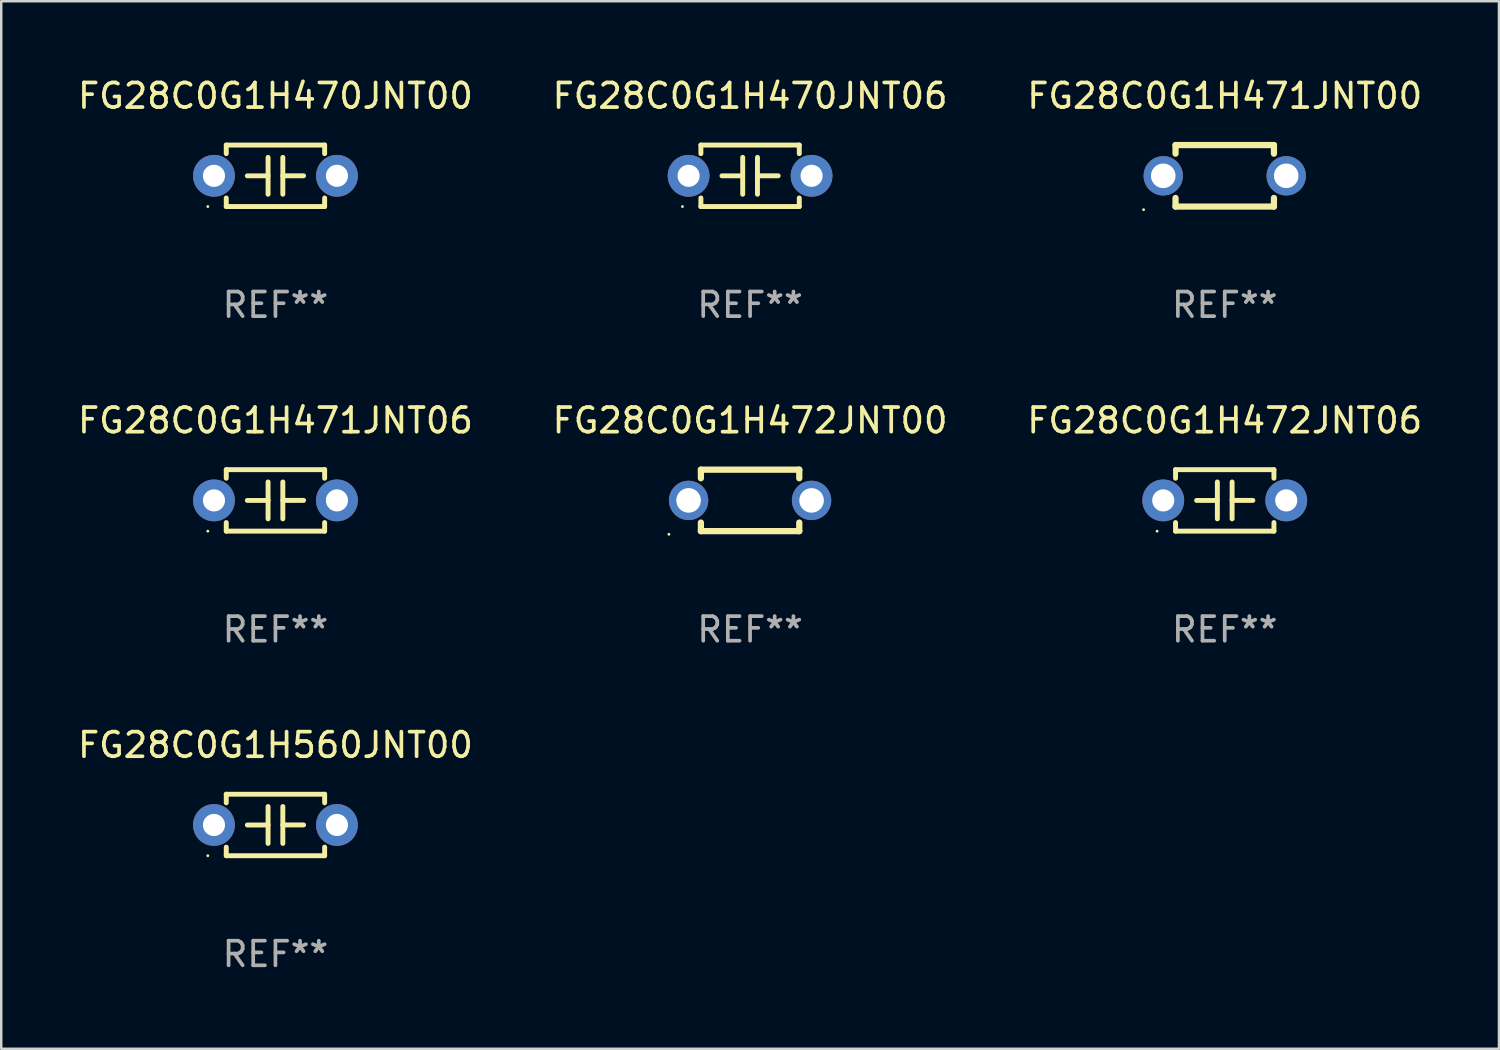
<source format=kicad_pcb>
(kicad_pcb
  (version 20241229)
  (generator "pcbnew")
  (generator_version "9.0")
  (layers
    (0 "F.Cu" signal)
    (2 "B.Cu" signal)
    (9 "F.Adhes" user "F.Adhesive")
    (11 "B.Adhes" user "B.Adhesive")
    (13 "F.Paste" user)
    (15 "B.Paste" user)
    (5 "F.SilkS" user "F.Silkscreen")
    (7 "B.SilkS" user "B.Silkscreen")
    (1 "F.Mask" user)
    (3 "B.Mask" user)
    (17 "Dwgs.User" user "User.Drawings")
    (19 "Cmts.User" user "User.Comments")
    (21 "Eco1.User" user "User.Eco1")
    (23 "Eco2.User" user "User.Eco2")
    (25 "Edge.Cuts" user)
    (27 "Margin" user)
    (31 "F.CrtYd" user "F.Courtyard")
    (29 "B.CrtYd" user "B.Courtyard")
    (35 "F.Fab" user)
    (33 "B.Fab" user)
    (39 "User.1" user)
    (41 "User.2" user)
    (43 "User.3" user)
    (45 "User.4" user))
  (footprint "FG28C0G1H560JNT00"
    (layer "F.Cu")
    (at 8.149 30.491)
    (property "Reference" "FG28C0G1H560JNT00" (at 0 -3.25 0) (layer "F.SilkS") (effects (font (size 1 1) (thickness 0.15))))
    (attr through_hole)
    (fp_line (start -2 -1.25) (end -2 -0.901) (stroke (width 0.2) (type solid)) (layer "F.SilkS"))
    (fp_line (start -2 -1.25) (end 2 -1.25) (stroke (width 0.2) (type solid)) (layer "F.SilkS"))
    (fp_line (start -2 0.901) (end -2 1.25) (stroke (width 0.2) (type solid)) (layer "F.SilkS"))
    (fp_line (start -0.3 -0.75) (end -0.3 0.75) (stroke (width 0.2) (type solid)) (layer "F.SilkS"))
    (fp_line (start -0.3 0.001) (end -1.143 0.001) (stroke (width 0.2) (type solid)) (layer "F.SilkS"))
    (fp_line (start 0.3 -0.001) (end 1.143 -0.001) (stroke (width 0.2) (type solid)) (layer "F.SilkS"))
    (fp_line (start 0.3 0.75) (end 0.3 -0.75) (stroke (width 0.2) (type solid)) (layer "F.SilkS"))
    (fp_line (start 2 -1.25) (end 2 -0.901) (stroke (width 0.2) (type solid)) (layer "F.SilkS"))
    (fp_line (start 2 0.901) (end 2 1.25) (stroke (width 0.2) (type solid)) (layer "F.SilkS"))
    (fp_line (start 2 1.25) (end -2 1.25) (stroke (width 0.2) (type solid)) (layer "F.SilkS"))
    (fp_circle (center -2.75 1.25) (end -2.72 1.25) (stroke (width 0.06) (type solid)) (fill no) (layer "F.SilkS"))
    (fp_text user "REF**" (at 0 5.25 0) (layer "F.Fab") (effects (font (size 1 1) (thickness 0.15))))
    (pad "1" thru_hole circle (at -2.5 0) (size 1.7 1.7) (drill 0.9) (layers "*.Cu" "*.Mask"))
    (pad "2" thru_hole circle (at 2.5 0) (size 1.7 1.7) (drill 0.9) (layers "*.Cu" "*.Mask")))
  (footprint "FG28C0G1H471JNT00"
    (layer "F.Cu")
    (at 46.744 4.098)
    (property "Reference" "FG28C0G1H471JNT00" (at 0 -3.25 0) (layer "F.SilkS") (effects (font (size 1 1) (thickness 0.15))))
    (attr through_hole)
    (fp_line (start -2 -1.25) (end -2 -0.901) (stroke (width 0.254) (type solid)) (layer "F.SilkS"))
    (fp_line (start -2 -1.25) (end 2 -1.25) (stroke (width 0.254) (type solid)) (layer "F.SilkS"))
    (fp_line (start -2 0.901) (end -2 1.25) (stroke (width 0.254) (type solid)) (layer "F.SilkS"))
    (fp_line (start 2 -1.25) (end 2 -0.901) (stroke (width 0.254) (type solid)) (layer "F.SilkS"))
    (fp_line (start 2 0.901) (end 2 1.25) (stroke (width 0.254) (type solid)) (layer "F.SilkS"))
    (fp_line (start 2 1.25) (end -2 1.25) (stroke (width 0.254) (type solid)) (layer "F.SilkS"))
    (fp_circle (center -3.3 1.377) (end -3.27 1.377) (stroke (width 0.06) (type solid)) (fill no) (layer "F.SilkS"))
    (fp_text user "REF**" (at 0 5.25 0) (layer "F.Fab") (effects (font (size 1 1) (thickness 0.15))))
    (pad "1" thru_hole circle (at -2.5 0) (size 1.6 1.6) (drill 1) (layers "*.Cu" "*.Mask"))
    (pad "2" thru_hole circle (at 2.5 0) (size 1.6 1.6) (drill 1) (layers "*.Cu" "*.Mask")))
  (footprint "FG28C0G1H470JNT00"
    (layer "F.Cu")
    (at 8.149 4.098)
    (property "Reference" "FG28C0G1H470JNT00" (at 0 -3.25 0) (layer "F.SilkS") (effects (font (size 1 1) (thickness 0.15))))
    (attr through_hole)
    (fp_line (start -2 -1.25) (end -2 -0.901) (stroke (width 0.2) (type solid)) (layer "F.SilkS"))
    (fp_line (start -2 -1.25) (end 2 -1.25) (stroke (width 0.2) (type solid)) (layer "F.SilkS"))
    (fp_line (start -2 0.901) (end -2 1.25) (stroke (width 0.2) (type solid)) (layer "F.SilkS"))
    (fp_line (start -0.3 -0.75) (end -0.3 0.75) (stroke (width 0.2) (type solid)) (layer "F.SilkS"))
    (fp_line (start -0.3 0.001) (end -1.143 0.001) (stroke (width 0.2) (type solid)) (layer "F.SilkS"))
    (fp_line (start 0.3 -0.001) (end 1.143 -0.001) (stroke (width 0.2) (type solid)) (layer "F.SilkS"))
    (fp_line (start 0.3 0.75) (end 0.3 -0.75) (stroke (width 0.2) (type solid)) (layer "F.SilkS"))
    (fp_line (start 2 -1.25) (end 2 -0.901) (stroke (width 0.2) (type solid)) (layer "F.SilkS"))
    (fp_line (start 2 0.901) (end 2 1.25) (stroke (width 0.2) (type solid)) (layer "F.SilkS"))
    (fp_line (start 2 1.25) (end -2 1.25) (stroke (width 0.2) (type solid)) (layer "F.SilkS"))
    (fp_circle (center -2.75 1.25) (end -2.72 1.25) (stroke (width 0.06) (type solid)) (fill no) (layer "F.SilkS"))
    (fp_text user "REF**" (at 0 5.25 0) (layer "F.Fab") (effects (font (size 1 1) (thickness 0.15))))
    (pad "1" thru_hole circle (at -2.5 0) (size 1.7 1.7) (drill 0.9) (layers "*.Cu" "*.Mask"))
    (pad "2" thru_hole circle (at 2.5 0) (size 1.7 1.7) (drill 0.9) (layers "*.Cu" "*.Mask")))
  (footprint "FG28C0G1H470JNT06"
    (layer "F.Cu")
    (at 27.446 4.098)
    (property "Reference" "FG28C0G1H470JNT06" (at 0 -3.25 0) (layer "F.SilkS") (effects (font (size 1 1) (thickness 0.15))))
    (attr through_hole)
    (fp_line (start -2 -1.25) (end -2 -0.901) (stroke (width 0.2) (type solid)) (layer "F.SilkS"))
    (fp_line (start -2 -1.25) (end 2 -1.25) (stroke (width 0.2) (type solid)) (layer "F.SilkS"))
    (fp_line (start -2 0.901) (end -2 1.25) (stroke (width 0.2) (type solid)) (layer "F.SilkS"))
    (fp_line (start -0.3 -0.75) (end -0.3 0.75) (stroke (width 0.2) (type solid)) (layer "F.SilkS"))
    (fp_line (start -0.3 0.001) (end -1.143 0.001) (stroke (width 0.2) (type solid)) (layer "F.SilkS"))
    (fp_line (start 0.3 -0.001) (end 1.143 -0.001) (stroke (width 0.2) (type solid)) (layer "F.SilkS"))
    (fp_line (start 0.3 0.75) (end 0.3 -0.75) (stroke (width 0.2) (type solid)) (layer "F.SilkS"))
    (fp_line (start 2 -1.25) (end 2 -0.901) (stroke (width 0.2) (type solid)) (layer "F.SilkS"))
    (fp_line (start 2 0.901) (end 2 1.25) (stroke (width 0.2) (type solid)) (layer "F.SilkS"))
    (fp_line (start 2 1.25) (end -2 1.25) (stroke (width 0.2) (type solid)) (layer "F.SilkS"))
    (fp_circle (center -2.75 1.25) (end -2.72 1.25) (stroke (width 0.06) (type solid)) (fill no) (layer "F.SilkS"))
    (fp_text user "REF**" (at 0 5.25 0) (layer "F.Fab") (effects (font (size 1 1) (thickness 0.15))))
    (pad "1" thru_hole circle (at -2.5 0) (size 1.7 1.7) (drill 0.9) (layers "*.Cu" "*.Mask"))
    (pad "2" thru_hole circle (at 2.5 0) (size 1.7 1.7) (drill 0.9) (layers "*.Cu" "*.Mask")))
  (footprint "FG28C0G1H472JNT00"
    (layer "F.Cu")
    (at 27.446 17.295)
    (property "Reference" "FG28C0G1H472JNT00" (at 0 -3.25 0) (layer "F.SilkS") (effects (font (size 1 1) (thickness 0.15))))
    (attr through_hole)
    (fp_line (start -2 -1.25) (end -2 -0.901) (stroke (width 0.254) (type solid)) (layer "F.SilkS"))
    (fp_line (start -2 -1.25) (end 2 -1.25) (stroke (width 0.254) (type solid)) (layer "F.SilkS"))
    (fp_line (start -2 0.901) (end -2 1.25) (stroke (width 0.254) (type solid)) (layer "F.SilkS"))
    (fp_line (start 2 -1.25) (end 2 -0.901) (stroke (width 0.254) (type solid)) (layer "F.SilkS"))
    (fp_line (start 2 0.901) (end 2 1.25) (stroke (width 0.254) (type solid)) (layer "F.SilkS"))
    (fp_line (start 2 1.25) (end -2 1.25) (stroke (width 0.254) (type solid)) (layer "F.SilkS"))
    (fp_circle (center -3.3 1.377) (end -3.27 1.377) (stroke (width 0.06) (type solid)) (fill no) (layer "F.SilkS"))
    (fp_text user "REF**" (at 0 5.25 0) (layer "F.Fab") (effects (font (size 1 1) (thickness 0.15))))
    (pad "1" thru_hole circle (at -2.5 0) (size 1.6 1.6) (drill 1) (layers "*.Cu" "*.Mask"))
    (pad "2" thru_hole circle (at 2.5 0) (size 1.6 1.6) (drill 1) (layers "*.Cu" "*.Mask")))
  (footprint "FG28C0G1H472JNT06"
    (layer "F.Cu")
    (at 46.744 17.295)
    (property "Reference" "FG28C0G1H472JNT06" (at 0 -3.25 0) (layer "F.SilkS") (effects (font (size 1 1) (thickness 0.15))))
    (attr through_hole)
    (fp_line (start -2 -1.25) (end -2 -0.901) (stroke (width 0.2) (type solid)) (layer "F.SilkS"))
    (fp_line (start -2 -1.25) (end 2 -1.25) (stroke (width 0.2) (type solid)) (layer "F.SilkS"))
    (fp_line (start -2 0.901) (end -2 1.25) (stroke (width 0.2) (type solid)) (layer "F.SilkS"))
    (fp_line (start -0.3 -0.75) (end -0.3 0.75) (stroke (width 0.2) (type solid)) (layer "F.SilkS"))
    (fp_line (start -0.3 0.001) (end -1.143 0.001) (stroke (width 0.2) (type solid)) (layer "F.SilkS"))
    (fp_line (start 0.3 -0.001) (end 1.143 -0.001) (stroke (width 0.2) (type solid)) (layer "F.SilkS"))
    (fp_line (start 0.3 0.75) (end 0.3 -0.75) (stroke (width 0.2) (type solid)) (layer "F.SilkS"))
    (fp_line (start 2 -1.25) (end 2 -0.901) (stroke (width 0.2) (type solid)) (layer "F.SilkS"))
    (fp_line (start 2 0.901) (end 2 1.25) (stroke (width 0.2) (type solid)) (layer "F.SilkS"))
    (fp_line (start 2 1.25) (end -2 1.25) (stroke (width 0.2) (type solid)) (layer "F.SilkS"))
    (fp_circle (center -2.75 1.25) (end -2.72 1.25) (stroke (width 0.06) (type solid)) (fill no) (layer "F.SilkS"))
    (fp_text user "REF**" (at 0 5.25 0) (layer "F.Fab") (effects (font (size 1 1) (thickness 0.15))))
    (pad "1" thru_hole circle (at -2.5 0) (size 1.7 1.7) (drill 0.9) (layers "*.Cu" "*.Mask"))
    (pad "2" thru_hole circle (at 2.5 0) (size 1.7 1.7) (drill 0.9) (layers "*.Cu" "*.Mask")))
  (footprint "FG28C0G1H471JNT06"
    (layer "F.Cu")
    (at 8.149 17.295)
    (property "Reference" "FG28C0G1H471JNT06" (at 0 -3.25 0) (layer "F.SilkS") (effects (font (size 1 1) (thickness 0.15))))
    (attr through_hole)
    (fp_line (start -2 -1.25) (end -2 -0.901) (stroke (width 0.2) (type solid)) (layer "F.SilkS"))
    (fp_line (start -2 -1.25) (end 2 -1.25) (stroke (width 0.2) (type solid)) (layer "F.SilkS"))
    (fp_line (start -2 0.901) (end -2 1.25) (stroke (width 0.2) (type solid)) (layer "F.SilkS"))
    (fp_line (start -0.3 -0.75) (end -0.3 0.75) (stroke (width 0.2) (type solid)) (layer "F.SilkS"))
    (fp_line (start -0.3 0.001) (end -1.143 0.001) (stroke (width 0.2) (type solid)) (layer "F.SilkS"))
    (fp_line (start 0.3 -0.001) (end 1.143 -0.001) (stroke (width 0.2) (type solid)) (layer "F.SilkS"))
    (fp_line (start 0.3 0.75) (end 0.3 -0.75) (stroke (width 0.2) (type solid)) (layer "F.SilkS"))
    (fp_line (start 2 -1.25) (end 2 -0.901) (stroke (width 0.2) (type solid)) (layer "F.SilkS"))
    (fp_line (start 2 0.901) (end 2 1.25) (stroke (width 0.2) (type solid)) (layer "F.SilkS"))
    (fp_line (start 2 1.25) (end -2 1.25) (stroke (width 0.2) (type solid)) (layer "F.SilkS"))
    (fp_circle (center -2.75 1.25) (end -2.72 1.25) (stroke (width 0.06) (type solid)) (fill no) (layer "F.SilkS"))
    (fp_text user "REF**" (at 0 5.25 0) (layer "F.Fab") (effects (font (size 1 1) (thickness 0.15))))
    (pad "1" thru_hole circle (at -2.5 0) (size 1.7 1.7) (drill 0.9) (layers "*.Cu" "*.Mask"))
    (pad "2" thru_hole circle (at 2.5 0) (size 1.7 1.7) (drill 0.9) (layers "*.Cu" "*.Mask")))
  (gr_rect
    (start -3 -3)
    (end 57.893 39.59)
    (stroke (width 0.1) (type default))
    (fill no)
    (layer "Edge.Cuts")))
</source>
